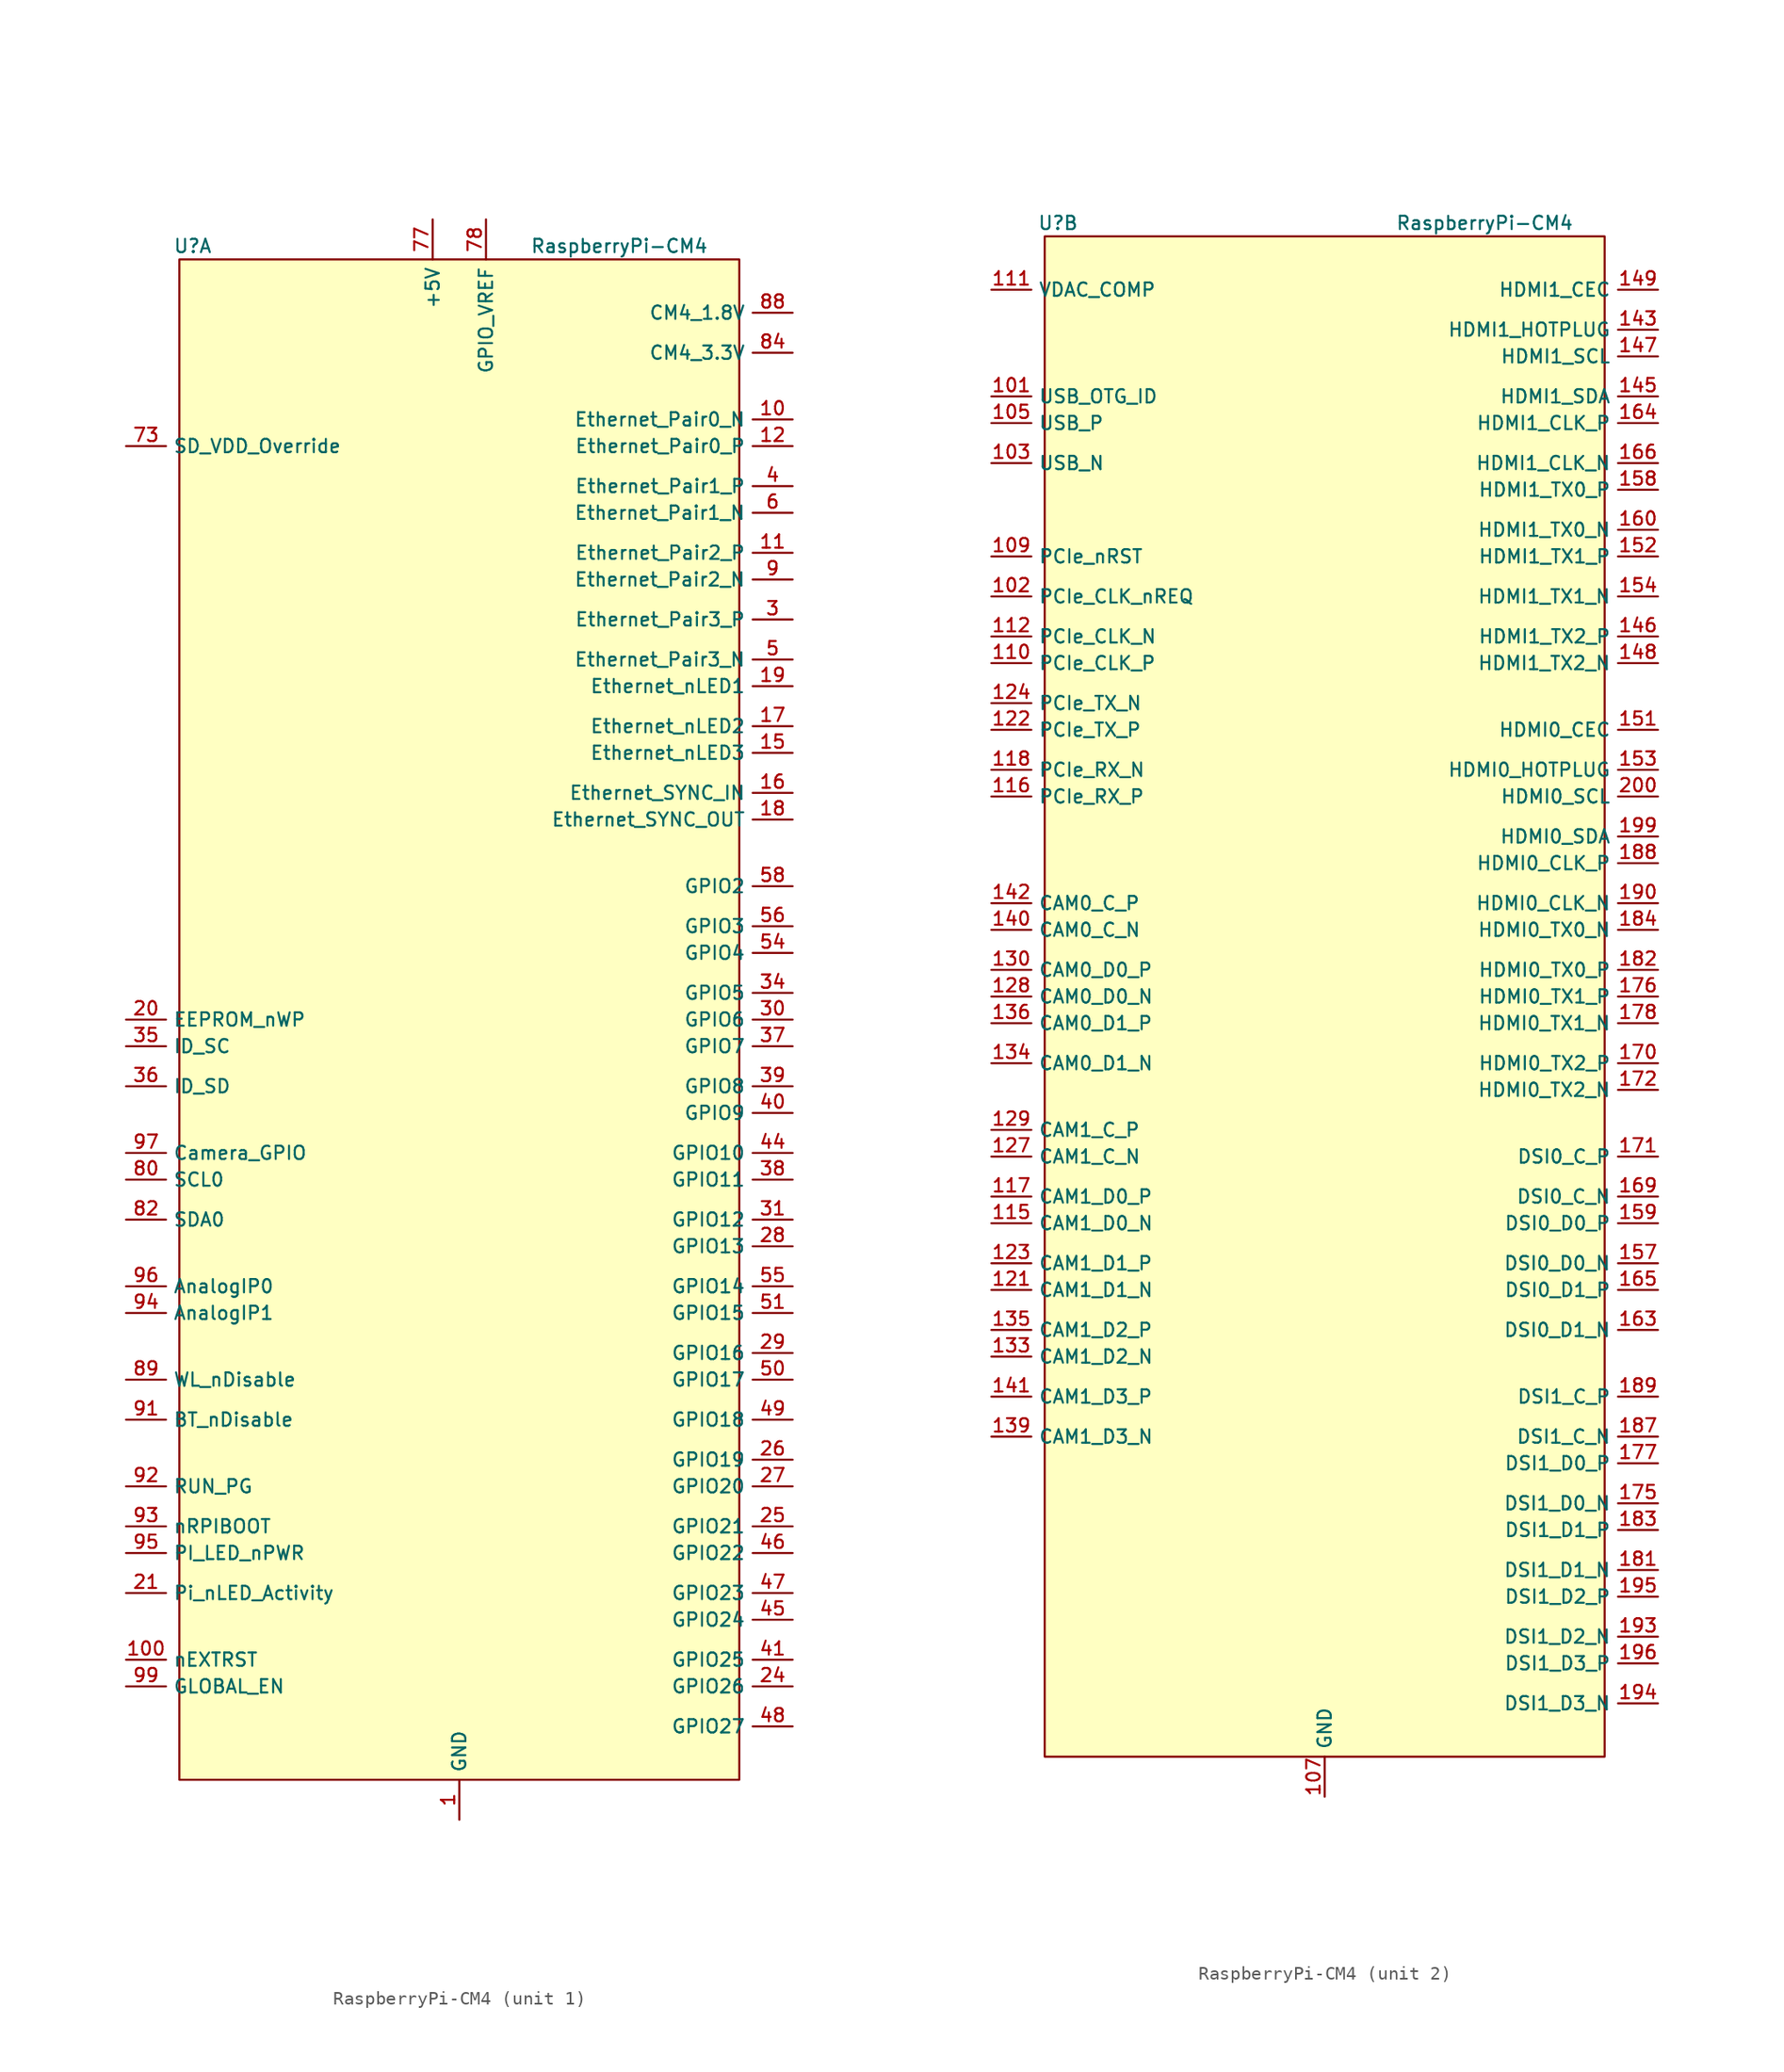
<source format=kicad_sym>
(kicad_symbol_lib
  (version 20201005)
  (generator kicad_symbol_editor)
  (symbol "LightBlue:RaspberryPi-CM4"
    (property "Reference" "U"
      (at -20 58 0)
      (effects (font (size 1 1))))
    (property "Value" "RaspberryPi-CM4"
      (at 12 58 0)
      (effects (font (size 1 1))))
    (symbol "RaspberryPi-CM4_0_1"
      (rectangle (start 21 57) (end -21 -57) (stroke (width 0)) (fill (type background))))
    (symbol "RaspberryPi-CM4_1_1"
      (pin power_in line (at 0 -60 90) (length 3) (name "GND" (effects (font (size 1 1)))) (number "1" (effects (font (size 1 1)))))
      (pin bidirectional line (at 25 45 180) (length 3) (name "Ethernet_Pair0_N" (effects (font (size 1 1)))) (number "10" (effects (font (size 1 1)))))
      (pin output line (at -25 -48 0) (length 3) (name "nEXTRST" (effects (font (size 1 1)))) (number "100" (effects (font (size 1 1)))))
      (pin bidirectional line (at 25 35 180) (length 3) (name "Ethernet_Pair2_P" (effects (font (size 1 1)))) (number "11" (effects (font (size 1 1)))))
      (pin bidirectional line (at 25 43 180) (length 3) (name "Ethernet_Pair0_P" (effects (font (size 1 1)))) (number "12" (effects (font (size 1 1)))))
      (pin passive line (at 0 -60 90) (length 3) hide (name "GND" (effects (font (size 1 1)))) (number "13" (effects (font (size 1 1)))))
      (pin passive line (at 0 -60 90) (length 3) hide (name "GND" (effects (font (size 1 1)))) (number "14" (effects (font (size 1 1)))))
      (pin output line (at 25 20 180) (length 3) (name "Ethernet_nLED3" (effects (font (size 1 1)))) (number "15" (effects (font (size 1 1)))))
      (pin input line (at 25 17 180) (length 3) (name "Ethernet_SYNC_IN" (effects (font (size 1 1)))) (number "16" (effects (font (size 1 1)))))
      (pin output line (at 25 22 180) (length 3) (name "Ethernet_nLED2" (effects (font (size 1 1)))) (number "17" (effects (font (size 1 1)))))
      (pin output line (at 25 15 180) (length 3) (name "Ethernet_SYNC_OUT" (effects (font (size 1 1)))) (number "18" (effects (font (size 1 1)))))
      (pin output line (at 25 25 180) (length 3) (name "Ethernet_nLED1" (effects (font (size 1 1)))) (number "19" (effects (font (size 1 1)))))
      (pin passive line (at 0 -60 90) (length 3) hide (name "GND" (effects (font (size 1 1)))) (number "2" (effects (font (size 1 1)))))
      (pin input line (at -25 0 0) (length 3) (name "EEPROM_nWP" (effects (font (size 1 1)))) (number "20" (effects (font (size 1 1)))))
      (pin input line (at -25 -43 0) (length 3) (name "Pi_nLED_Activity" (effects (font (size 1 1)))) (number "21" (effects (font (size 1 1)))))
      (pin passive line (at 0 -60 90) (length 3) hide (name "GND" (effects (font (size 1 1)))) (number "22" (effects (font (size 1 1)))))
      (pin passive line (at 0 -60 90) (length 3) hide (name "GND" (effects (font (size 1 1)))) (number "23" (effects (font (size 1 1)))))
      (pin bidirectional line (at 25 -50 180) (length 3) (name "GPIO26" (effects (font (size 1 1)))) (number "24" (effects (font (size 1 1)))))
      (pin bidirectional line (at 25 -38 180) (length 3) (name "GPIO21" (effects (font (size 1 1)))) (number "25" (effects (font (size 1 1)))))
      (pin bidirectional line (at 25 -33 180) (length 3) (name "GPIO19" (effects (font (size 1 1)))) (number "26" (effects (font (size 1 1)))))
      (pin bidirectional line (at 25 -35 180) (length 3) (name "GPIO20" (effects (font (size 1 1)))) (number "27" (effects (font (size 1 1)))))
      (pin bidirectional line (at 25 -17 180) (length 3) (name "GPIO13" (effects (font (size 1 1)))) (number "28" (effects (font (size 1 1)))))
      (pin bidirectional line (at 25 -25 180) (length 3) (name "GPIO16" (effects (font (size 1 1)))) (number "29" (effects (font (size 1 1)))))
      (pin bidirectional line (at 25 30 180) (length 3) (name "Ethernet_Pair3_P" (effects (font (size 1 1)))) (number "3" (effects (font (size 1 1)))))
      (pin bidirectional line (at 25 0 180) (length 3) (name "GPIO6" (effects (font (size 1 1)))) (number "30" (effects (font (size 1 1)))))
      (pin bidirectional line (at 25 -15 180) (length 3) (name "GPIO12" (effects (font (size 1 1)))) (number "31" (effects (font (size 1 1)))))
      (pin passive line (at 0 -60 90) (length 3) hide (name "GND" (effects (font (size 1 1)))) (number "32" (effects (font (size 1 1)))))
      (pin passive line (at 0 -60 90) (length 3) hide (name "GND" (effects (font (size 1 1)))) (number "33" (effects (font (size 1 1)))))
      (pin bidirectional line (at 25 2 180) (length 3) (name "GPIO5" (effects (font (size 1 1)))) (number "34" (effects (font (size 1 1)))))
      (pin bidirectional line (at -25 -2 0) (length 3) (name "ID_SC" (effects (font (size 1 1)))) (number "35" (effects (font (size 1 1)))))
      (pin bidirectional line (at -25 -5 0) (length 3) (name "ID_SD" (effects (font (size 1 1)))) (number "36" (effects (font (size 1 1)))))
      (pin bidirectional line (at 25 -2 180) (length 3) (name "GPIO7" (effects (font (size 1 1)))) (number "37" (effects (font (size 1 1)))))
      (pin bidirectional line (at 25 -12 180) (length 3) (name "GPIO11" (effects (font (size 1 1)))) (number "38" (effects (font (size 1 1)))))
      (pin bidirectional line (at 25 -5 180) (length 3) (name "GPIO8" (effects (font (size 1 1)))) (number "39" (effects (font (size 1 1)))))
      (pin bidirectional line (at 25 40 180) (length 3) (name "Ethernet_Pair1_P" (effects (font (size 1 1)))) (number "4" (effects (font (size 1 1)))))
      (pin bidirectional line (at 25 -7 180) (length 3) (name "GPIO9" (effects (font (size 1 1)))) (number "40" (effects (font (size 1 1)))))
      (pin bidirectional line (at 25 -48 180) (length 3) (name "GPIO25" (effects (font (size 1 1)))) (number "41" (effects (font (size 1 1)))))
      (pin passive line (at 0 -60 90) (length 3) hide (name "GND" (effects (font (size 1 1)))) (number "42" (effects (font (size 1 1)))))
      (pin passive line (at 0 -60 90) (length 3) hide (name "GND" (effects (font (size 1 1)))) (number "43" (effects (font (size 1 1)))))
      (pin bidirectional line (at 25 -10 180) (length 3) (name "GPIO10" (effects (font (size 1 1)))) (number "44" (effects (font (size 1 1)))))
      (pin bidirectional line (at 25 -45 180) (length 3) (name "GPIO24" (effects (font (size 1 1)))) (number "45" (effects (font (size 1 1)))))
      (pin bidirectional line (at 25 -40 180) (length 3) (name "GPIO22" (effects (font (size 1 1)))) (number "46" (effects (font (size 1 1)))))
      (pin bidirectional line (at 25 -43 180) (length 3) (name "GPIO23" (effects (font (size 1 1)))) (number "47" (effects (font (size 1 1)))))
      (pin bidirectional line (at 25 -53 180) (length 3) (name "GPIO27" (effects (font (size 1 1)))) (number "48" (effects (font (size 1 1)))))
      (pin bidirectional line (at 25 -30 180) (length 3) (name "GPIO18" (effects (font (size 1 1)))) (number "49" (effects (font (size 1 1)))))
      (pin bidirectional line (at 25 27 180) (length 3) (name "Ethernet_Pair3_N" (effects (font (size 1 1)))) (number "5" (effects (font (size 1 1)))))
      (pin bidirectional line (at 25 -27 180) (length 3) (name "GPIO17" (effects (font (size 1 1)))) (number "50" (effects (font (size 1 1)))))
      (pin bidirectional line (at 25 -22 180) (length 3) (name "GPIO15" (effects (font (size 1 1)))) (number "51" (effects (font (size 1 1)))))
      (pin passive line (at 0 -60 90) (length 3) hide (name "GND" (effects (font (size 1 1)))) (number "52" (effects (font (size 1 1)))))
      (pin passive line (at 0 -60 90) (length 3) hide (name "GND" (effects (font (size 1 1)))) (number "53" (effects (font (size 1 1)))))
      (pin bidirectional line (at 25 5 180) (length 3) (name "GPIO4" (effects (font (size 1 1)))) (number "54" (effects (font (size 1 1)))))
      (pin bidirectional line (at 25 -20 180) (length 3) (name "GPIO14" (effects (font (size 1 1)))) (number "55" (effects (font (size 1 1)))))
      (pin bidirectional line (at 25 7 180) (length 3) (name "GPIO3" (effects (font (size 1 1)))) (number "56" (effects (font (size 1 1)))))
      (pin unconnected line (at -20 35 0) (length 3) hide (name "SD_CLK" (effects (font (size 1 1)))) (number "57" (effects (font (size 1 1)))))
      (pin bidirectional line (at 25 10 180) (length 3) (name "GPIO2" (effects (font (size 1 1)))) (number "58" (effects (font (size 1 1)))))
      (pin passive line (at 0 -60 90) (length 3) hide (name "GND" (effects (font (size 1 1)))) (number "59" (effects (font (size 1 1)))))
      (pin bidirectional line (at 25 38 180) (length 3) (name "Ethernet_Pair1_N" (effects (font (size 1 1)))) (number "6" (effects (font (size 1 1)))))
      (pin passive line (at 0 -60 90) (length 3) hide (name "GND" (effects (font (size 1 1)))) (number "60" (effects (font (size 1 1)))))
      (pin unconnected line (at -20 25 0) (length 3) hide (name "SD_DAT3" (effects (font (size 1 1)))) (number "61" (effects (font (size 1 1)))))
      (pin unconnected line (at -20 38 0) (length 3) hide (name "SD_CMD" (effects (font (size 1 1)))) (number "62" (effects (font (size 1 1)))))
      (pin unconnected line (at -20 33 0) (length 3) hide (name "SD_DAT0" (effects (font (size 1 1)))) (number "63" (effects (font (size 1 1)))))
      (pin unconnected line (at -20 20 0) (length 3) hide (name "SD_DAT5" (effects (font (size 1 1)))) (number "64" (effects (font (size 1 1)))))
      (pin passive line (at 0 -60 90) (length 3) hide (name "GND" (effects (font (size 1 1)))) (number "65" (effects (font (size 1 1)))))
      (pin passive line (at 0 -60 90) (length 3) hide (name "GND" (effects (font (size 1 1)))) (number "66" (effects (font (size 1 1)))))
      (pin unconnected line (at -20 30 0) (length 3) hide (name "SD_DAT1" (effects (font (size 1 1)))) (number "67" (effects (font (size 1 1)))))
      (pin unconnected line (at -20 22 0) (length 3) hide (name "SD_DAT4" (effects (font (size 1 1)))) (number "68" (effects (font (size 1 1)))))
      (pin unconnected line (at -20 27 0) (length 3) hide (name "SD_DAT2" (effects (font (size 1 1)))) (number "69" (effects (font (size 1 1)))))
      (pin passive line (at 0 -60 90) (length 3) hide (name "GND" (effects (font (size 1 1)))) (number "7" (effects (font (size 1 1)))))
      (pin unconnected line (at -20 15 0) (length 3) hide (name "SD_DAT7" (effects (font (size 1 1)))) (number "70" (effects (font (size 1 1)))))
      (pin passive line (at 0 -60 90) (length 3) hide (name "GND" (effects (font (size 1 1)))) (number "71" (effects (font (size 1 1)))))
      (pin unconnected line (at -20 17 0) (length 3) hide (name "SD_DAT6" (effects (font (size 1 1)))) (number "72" (effects (font (size 1 1)))))
      (pin input line (at -25 43 0) (length 3) (name "SD_VDD_Override" (effects (font (size 1 1)))) (number "73" (effects (font (size 1 1)))))
      (pin passive line (at 0 -60 90) (length 3) hide (name "GND" (effects (font (size 1 1)))) (number "74" (effects (font (size 1 1)))))
      (pin unconnected line (at -20 45 0) (length 3) hide (name "SD_PWR_ON" (effects (font (size 1 1)))) (number "75" (effects (font (size 1 1)))))
      (pin unconnected line (at -20 -53 0) (length 3) hide (name "Reserved" (effects (font (size 1 1)))) (number "76" (effects (font (size 1 1)))))
      (pin power_in line (at -2 60 270) (length 3) (name "+5V" (effects (font (size 1 1)))) (number "77" (effects (font (size 1 1)))))
      (pin power_in line (at 2 60 270) (length 3) (name "GPIO_VREF" (effects (font (size 1 1)))) (number "78" (effects (font (size 1 1)))))
      (pin passive line (at -2 60 270) (length 3) hide (name "+5V" (effects (font (size 1 1)))) (number "79" (effects (font (size 1 1)))))
      (pin passive line (at 0 -60 90) (length 3) hide (name "GND" (effects (font (size 1 1)))) (number "8" (effects (font (size 1 1)))))
      (pin output line (at -25 -12 0) (length 3) (name "SCL0" (effects (font (size 1 1)))) (number "80" (effects (font (size 1 1)))))
      (pin passive line (at -2 60 270) (length 3) hide (name "+5V" (effects (font (size 1 1)))) (number "81" (effects (font (size 1 1)))))
      (pin bidirectional line (at -25 -15 0) (length 3) (name "SDA0" (effects (font (size 1 1)))) (number "82" (effects (font (size 1 1)))))
      (pin passive line (at -2 60 270) (length 3) hide (name "+5V" (effects (font (size 1 1)))) (number "83" (effects (font (size 1 1)))))
      (pin power_out line (at 25 50 180) (length 3) (name "CM4_3.3V" (effects (font (size 1 1)))) (number "84" (effects (font (size 1 1)))))
      (pin passive line (at -2 60 270) (length 3) hide (name "+5V" (effects (font (size 1 1)))) (number "85" (effects (font (size 1 1)))))
      (pin passive line (at 25 50 180) (length 3) hide (name "CM4_3.3V" (effects (font (size 1 1)))) (number "86" (effects (font (size 1 1)))))
      (pin passive line (at -2 60 270) (length 3) hide (name "+5V" (effects (font (size 1 1)))) (number "87" (effects (font (size 1 1)))))
      (pin power_out line (at 25 53 180) (length 3) (name "CM4_1.8V" (effects (font (size 1 1)))) (number "88" (effects (font (size 1 1)))))
      (pin input line (at -25 -27 0) (length 3) (name "WL_nDisable" (effects (font (size 1 1)))) (number "89" (effects (font (size 1 1)))))
      (pin bidirectional line (at 25 33 180) (length 3) (name "Ethernet_Pair2_N" (effects (font (size 1 1)))) (number "9" (effects (font (size 1 1)))))
      (pin passive line (at 25 53 180) (length 3) hide (name "CM4_1.8V" (effects (font (size 1 1)))) (number "90" (effects (font (size 1 1)))))
      (pin input line (at -25 -30 0) (length 3) (name "BT_nDisable" (effects (font (size 1 1)))) (number "91" (effects (font (size 1 1)))))
      (pin bidirectional line (at -25 -35 0) (length 3) (name "RUN_PG" (effects (font (size 1 1)))) (number "92" (effects (font (size 1 1)))))
      (pin input line (at -25 -38 0) (length 3) (name "nRPIBOOT" (effects (font (size 1 1)))) (number "93" (effects (font (size 1 1)))))
      (pin input line (at -25 -22 0) (length 3) (name "AnalogIP1" (effects (font (size 1 1)))) (number "94" (effects (font (size 1 1)))))
      (pin output line (at -25 -40 0) (length 3) (name "PI_LED_nPWR" (effects (font (size 1 1)))) (number "95" (effects (font (size 1 1)))))
      (pin input line (at -25 -20 0) (length 3) (name "AnalogIP0" (effects (font (size 1 1)))) (number "96" (effects (font (size 1 1)))))
      (pin input line (at -25 -10 0) (length 3) (name "Camera_GPIO" (effects (font (size 1 1)))) (number "97" (effects (font (size 1 1)))))
      (pin passive line (at 0 -60 90) (length 3) hide (name "GND" (effects (font (size 1 1)))) (number "98" (effects (font (size 1 1)))))
      (pin input line (at -25 -50 0) (length 3) (name "GLOBAL_EN" (effects (font (size 1 1)))) (number "99" (effects (font (size 1 1))))))
    (symbol "RaspberryPi-CM4_2_1"
      (pin input line (at -25 45 0) (length 3) (name "USB_OTG_ID" (effects (font (size 1 1)))) (number "101" (effects (font (size 1 1)))))
      (pin input line (at -25 30 0) (length 3) (name "PCIe_CLK_nREQ" (effects (font (size 1 1)))) (number "102" (effects (font (size 1 1)))))
      (pin bidirectional line (at -25 40 0) (length 3) (name "USB_N" (effects (font (size 1 1)))) (number "103" (effects (font (size 1 1)))))
      (pin unconnected line (at -20 -53 0) (length 3) hide (name "Reserved" (effects (font (size 1 1)))) (number "104" (effects (font (size 1 1)))))
      (pin bidirectional line (at -25 43 0) (length 3) (name "USB_P" (effects (font (size 1 1)))) (number "105" (effects (font (size 1 1)))))
      (pin unconnected line (at -20 -55 0) (length 3) hide (name "Reserved" (effects (font (size 1 1)))) (number "106" (effects (font (size 1 1)))))
      (pin power_in line (at 0 -60 90) (length 3) (name "GND" (effects (font (size 1 1)))) (number "107" (effects (font (size 1 1)))))
      (pin passive line (at 0 -60 90) (length 3) hide (name "GND" (effects (font (size 1 1)))) (number "108" (effects (font (size 1 1)))))
      (pin output line (at -25 33 0) (length 3) (name "PCIe_nRST" (effects (font (size 1 1)))) (number "109" (effects (font (size 1 1)))))
      (pin output line (at -25 25 0) (length 3) (name "PCIe_CLK_P" (effects (font (size 1 1)))) (number "110" (effects (font (size 1 1)))))
      (pin output line (at -25 53 0) (length 3) (name "VDAC_COMP" (effects (font (size 1 1)))) (number "111" (effects (font (size 1 1)))))
      (pin output line (at -25 27 0) (length 3) (name "PCIe_CLK_N" (effects (font (size 1 1)))) (number "112" (effects (font (size 1 1)))))
      (pin passive line (at 0 -60 90) (length 3) hide (name "GND" (effects (font (size 1 1)))) (number "113" (effects (font (size 1 1)))))
      (pin passive line (at 0 -60 90) (length 3) hide (name "GND" (effects (font (size 1 1)))) (number "114" (effects (font (size 1 1)))))
      (pin input line (at -25 -17 0) (length 3) (name "CAM1_D0_N" (effects (font (size 1 1)))) (number "115" (effects (font (size 1 1)))))
      (pin input line (at -25 15 0) (length 3) (name "PCIe_RX_P" (effects (font (size 1 1)))) (number "116" (effects (font (size 1 1)))))
      (pin input line (at -25 -15 0) (length 3) (name "CAM1_D0_P" (effects (font (size 1 1)))) (number "117" (effects (font (size 1 1)))))
      (pin input line (at -25 17 0) (length 3) (name "PCIe_RX_N" (effects (font (size 1 1)))) (number "118" (effects (font (size 1 1)))))
      (pin passive line (at 0 -60 90) (length 3) hide (name "GND" (effects (font (size 1 1)))) (number "119" (effects (font (size 1 1)))))
      (pin passive line (at 0 -60 90) (length 3) hide (name "GND" (effects (font (size 1 1)))) (number "120" (effects (font (size 1 1)))))
      (pin input line (at -25 -22 0) (length 3) (name "CAM1_D1_N" (effects (font (size 1 1)))) (number "121" (effects (font (size 1 1)))))
      (pin output line (at -25 20 0) (length 3) (name "PCIe_TX_P" (effects (font (size 1 1)))) (number "122" (effects (font (size 1 1)))))
      (pin input line (at -25 -20 0) (length 3) (name "CAM1_D1_P" (effects (font (size 1 1)))) (number "123" (effects (font (size 1 1)))))
      (pin output line (at -25 22 0) (length 3) (name "PCIe_TX_N" (effects (font (size 1 1)))) (number "124" (effects (font (size 1 1)))))
      (pin passive line (at 0 -60 90) (length 3) hide (name "GND" (effects (font (size 1 1)))) (number "125" (effects (font (size 1 1)))))
      (pin passive line (at 0 -60 90) (length 3) hide (name "GND" (effects (font (size 1 1)))) (number "126" (effects (font (size 1 1)))))
      (pin input line (at -25 -12 0) (length 3) (name "CAM1_C_N" (effects (font (size 1 1)))) (number "127" (effects (font (size 1 1)))))
      (pin input line (at -25 0 0) (length 3) (name "CAM0_D0_N" (effects (font (size 1 1)))) (number "128" (effects (font (size 1 1)))))
      (pin input line (at -25 -10 0) (length 3) (name "CAM1_C_P" (effects (font (size 1 1)))) (number "129" (effects (font (size 1 1)))))
      (pin input line (at -25 2 0) (length 3) (name "CAM0_D0_P" (effects (font (size 1 1)))) (number "130" (effects (font (size 1 1)))))
      (pin passive line (at 0 -60 90) (length 3) hide (name "GND" (effects (font (size 1 1)))) (number "131" (effects (font (size 1 1)))))
      (pin passive line (at 0 -60 90) (length 3) hide (name "GND" (effects (font (size 1 1)))) (number "132" (effects (font (size 1 1)))))
      (pin input line (at -25 -27 0) (length 3) (name "CAM1_D2_N" (effects (font (size 1 1)))) (number "133" (effects (font (size 1 1)))))
      (pin input line (at -25 -5 0) (length 3) (name "CAM0_D1_N" (effects (font (size 1 1)))) (number "134" (effects (font (size 1 1)))))
      (pin input line (at -25 -25 0) (length 3) (name "CAM1_D2_P" (effects (font (size 1 1)))) (number "135" (effects (font (size 1 1)))))
      (pin input line (at -25 -2 0) (length 3) (name "CAM0_D1_P" (effects (font (size 1 1)))) (number "136" (effects (font (size 1 1)))))
      (pin passive line (at 0 -60 90) (length 3) hide (name "GND" (effects (font (size 1 1)))) (number "137" (effects (font (size 1 1)))))
      (pin passive line (at 0 -60 90) (length 3) hide (name "GND" (effects (font (size 1 1)))) (number "138" (effects (font (size 1 1)))))
      (pin input line (at -25 -33 0) (length 3) (name "CAM1_D3_N" (effects (font (size 1 1)))) (number "139" (effects (font (size 1 1)))))
      (pin input line (at -25 5 0) (length 3) (name "CAM0_C_N" (effects (font (size 1 1)))) (number "140" (effects (font (size 1 1)))))
      (pin input line (at -25 -30 0) (length 3) (name "CAM1_D3_P" (effects (font (size 1 1)))) (number "141" (effects (font (size 1 1)))))
      (pin input line (at -25 7 0) (length 3) (name "CAM0_C_P" (effects (font (size 1 1)))) (number "142" (effects (font (size 1 1)))))
      (pin input line (at 25 50 180) (length 3) (name "HDMI1_HOTPLUG" (effects (font (size 1 1)))) (number "143" (effects (font (size 1 1)))))
      (pin passive line (at 0 -60 90) (length 3) hide (name "GND" (effects (font (size 1 1)))) (number "144" (effects (font (size 1 1)))))
      (pin bidirectional line (at 25 45 180) (length 3) (name "HDMI1_SDA" (effects (font (size 1 1)))) (number "145" (effects (font (size 1 1)))))
      (pin output line (at 25 27 180) (length 3) (name "HDMI1_TX2_P" (effects (font (size 1 1)))) (number "146" (effects (font (size 1 1)))))
      (pin input line (at 25 48 180) (length 3) (name "HDMI1_SCL" (effects (font (size 1 1)))) (number "147" (effects (font (size 1 1)))))
      (pin output line (at 25 25 180) (length 3) (name "HDMI1_TX2_N" (effects (font (size 1 1)))) (number "148" (effects (font (size 1 1)))))
      (pin input line (at 25 53 180) (length 3) (name "HDMI1_CEC" (effects (font (size 1 1)))) (number "149" (effects (font (size 1 1)))))
      (pin passive line (at 0 -60 90) (length 3) hide (name "GND" (effects (font (size 1 1)))) (number "150" (effects (font (size 1 1)))))
      (pin input line (at 25 20 180) (length 3) (name "HDMI0_CEC" (effects (font (size 1 1)))) (number "151" (effects (font (size 1 1)))))
      (pin output line (at 25 33 180) (length 3) (name "HDMI1_TX1_P" (effects (font (size 1 1)))) (number "152" (effects (font (size 1 1)))))
      (pin input line (at 25 17 180) (length 3) (name "HDMI0_HOTPLUG" (effects (font (size 1 1)))) (number "153" (effects (font (size 1 1)))))
      (pin output line (at 25 30 180) (length 3) (name "HDMI1_TX1_N" (effects (font (size 1 1)))) (number "154" (effects (font (size 1 1)))))
      (pin passive line (at 0 -60 90) (length 3) hide (name "GND" (effects (font (size 1 1)))) (number "155" (effects (font (size 1 1)))))
      (pin passive line (at 0 -60 90) (length 3) hide (name "GND" (effects (font (size 1 1)))) (number "156" (effects (font (size 1 1)))))
      (pin output line (at 25 -20 180) (length 3) (name "DSI0_D0_N" (effects (font (size 1 1)))) (number "157" (effects (font (size 1 1)))))
      (pin output line (at 25 38 180) (length 3) (name "HDMI1_TX0_P" (effects (font (size 1 1)))) (number "158" (effects (font (size 1 1)))))
      (pin output line (at 25 -17 180) (length 3) (name "DSI0_D0_P" (effects (font (size 1 1)))) (number "159" (effects (font (size 1 1)))))
      (pin output line (at 25 35 180) (length 3) (name "HDMI1_TX0_N" (effects (font (size 1 1)))) (number "160" (effects (font (size 1 1)))))
      (pin passive line (at 0 -60 90) (length 3) hide (name "GND" (effects (font (size 1 1)))) (number "161" (effects (font (size 1 1)))))
      (pin passive line (at 0 -60 90) (length 3) hide (name "GND" (effects (font (size 1 1)))) (number "162" (effects (font (size 1 1)))))
      (pin output line (at 25 -25 180) (length 3) (name "DSI0_D1_N" (effects (font (size 1 1)))) (number "163" (effects (font (size 1 1)))))
      (pin output line (at 25 43 180) (length 3) (name "HDMI1_CLK_P" (effects (font (size 1 1)))) (number "164" (effects (font (size 1 1)))))
      (pin output line (at 25 -22 180) (length 3) (name "DSI0_D1_P" (effects (font (size 1 1)))) (number "165" (effects (font (size 1 1)))))
      (pin output line (at 25 40 180) (length 3) (name "HDMI1_CLK_N" (effects (font (size 1 1)))) (number "166" (effects (font (size 1 1)))))
      (pin passive line (at 0 -60 90) (length 3) hide (name "GND" (effects (font (size 1 1)))) (number "167" (effects (font (size 1 1)))))
      (pin passive line (at 0 -60 90) (length 3) hide (name "GND" (effects (font (size 1 1)))) (number "168" (effects (font (size 1 1)))))
      (pin output line (at 25 -15 180) (length 3) (name "DSI0_C_N" (effects (font (size 1 1)))) (number "169" (effects (font (size 1 1)))))
      (pin output line (at 25 -5 180) (length 3) (name "HDMI0_TX2_P" (effects (font (size 1 1)))) (number "170" (effects (font (size 1 1)))))
      (pin output line (at 25 -12 180) (length 3) (name "DSI0_C_P" (effects (font (size 1 1)))) (number "171" (effects (font (size 1 1)))))
      (pin output line (at 25 -7 180) (length 3) (name "HDMI0_TX2_N" (effects (font (size 1 1)))) (number "172" (effects (font (size 1 1)))))
      (pin passive line (at 0 -60 90) (length 3) hide (name "GND" (effects (font (size 1 1)))) (number "173" (effects (font (size 1 1)))))
      (pin passive line (at 0 -60 90) (length 3) hide (name "GND" (effects (font (size 1 1)))) (number "174" (effects (font (size 1 1)))))
      (pin output line (at 25 -38 180) (length 3) (name "DSI1_D0_N" (effects (font (size 1 1)))) (number "175" (effects (font (size 1 1)))))
      (pin output line (at 25 0 180) (length 3) (name "HDMI0_TX1_P" (effects (font (size 1 1)))) (number "176" (effects (font (size 1 1)))))
      (pin output line (at 25 -35 180) (length 3) (name "DSI1_D0_P" (effects (font (size 1 1)))) (number "177" (effects (font (size 1 1)))))
      (pin output line (at 25 -2 180) (length 3) (name "HDMI0_TX1_N" (effects (font (size 1 1)))) (number "178" (effects (font (size 1 1)))))
      (pin passive line (at 0 -60 90) (length 3) hide (name "GND" (effects (font (size 1 1)))) (number "179" (effects (font (size 1 1)))))
      (pin passive line (at 0 -60 90) (length 3) hide (name "GND" (effects (font (size 1 1)))) (number "180" (effects (font (size 1 1)))))
      (pin output line (at 25 -43 180) (length 3) (name "DSI1_D1_N" (effects (font (size 1 1)))) (number "181" (effects (font (size 1 1)))))
      (pin output line (at 25 2 180) (length 3) (name "HDMI0_TX0_P" (effects (font (size 1 1)))) (number "182" (effects (font (size 1 1)))))
      (pin output line (at 25 -40 180) (length 3) (name "DSI1_D1_P" (effects (font (size 1 1)))) (number "183" (effects (font (size 1 1)))))
      (pin output line (at 25 5 180) (length 3) (name "HDMI0_TX0_N" (effects (font (size 1 1)))) (number "184" (effects (font (size 1 1)))))
      (pin passive line (at 0 -60 90) (length 3) hide (name "GND" (effects (font (size 1 1)))) (number "185" (effects (font (size 1 1)))))
      (pin passive line (at 0 -60 90) (length 3) hide (name "GND" (effects (font (size 1 1)))) (number "186" (effects (font (size 1 1)))))
      (pin output line (at 25 -33 180) (length 3) (name "DSI1_C_N" (effects (font (size 1 1)))) (number "187" (effects (font (size 1 1)))))
      (pin output line (at 25 10 180) (length 3) (name "HDMI0_CLK_P" (effects (font (size 1 1)))) (number "188" (effects (font (size 1 1)))))
      (pin output line (at 25 -30 180) (length 3) (name "DSI1_C_P" (effects (font (size 1 1)))) (number "189" (effects (font (size 1 1)))))
      (pin output line (at 25 7 180) (length 3) (name "HDMI0_CLK_N" (effects (font (size 1 1)))) (number "190" (effects (font (size 1 1)))))
      (pin passive line (at 0 -60 90) (length 3) hide (name "GND" (effects (font (size 1 1)))) (number "191" (effects (font (size 1 1)))))
      (pin passive line (at 0 -60 90) (length 3) hide (name "GND" (effects (font (size 1 1)))) (number "192" (effects (font (size 1 1)))))
      (pin output line (at 25 -48 180) (length 3) (name "DSI1_D2_N" (effects (font (size 1 1)))) (number "193" (effects (font (size 1 1)))))
      (pin output line (at 25 -53 180) (length 3) (name "DSI1_D3_N" (effects (font (size 1 1)))) (number "194" (effects (font (size 1 1)))))
      (pin output line (at 25 -45 180) (length 3) (name "DSI1_D2_P" (effects (font (size 1 1)))) (number "195" (effects (font (size 1 1)))))
      (pin output line (at 25 -50 180) (length 3) (name "DSI1_D3_P" (effects (font (size 1 1)))) (number "196" (effects (font (size 1 1)))))
      (pin passive line (at 0 -60 90) (length 3) hide (name "GND" (effects (font (size 1 1)))) (number "197" (effects (font (size 1 1)))))
      (pin passive line (at 0 -60 90) (length 3) hide (name "GND" (effects (font (size 1 1)))) (number "198" (effects (font (size 1 1)))))
      (pin bidirectional line (at 25 12 180) (length 3) (name "HDMI0_SDA" (effects (font (size 1 1)))) (number "199" (effects (font (size 1 1)))))
      (pin bidirectional line (at 25 15 180) (length 3) (name "HDMI0_SCL" (effects (font (size 1 1)))) (number "200" (effects (font (size 1 1))))))))
</source>
